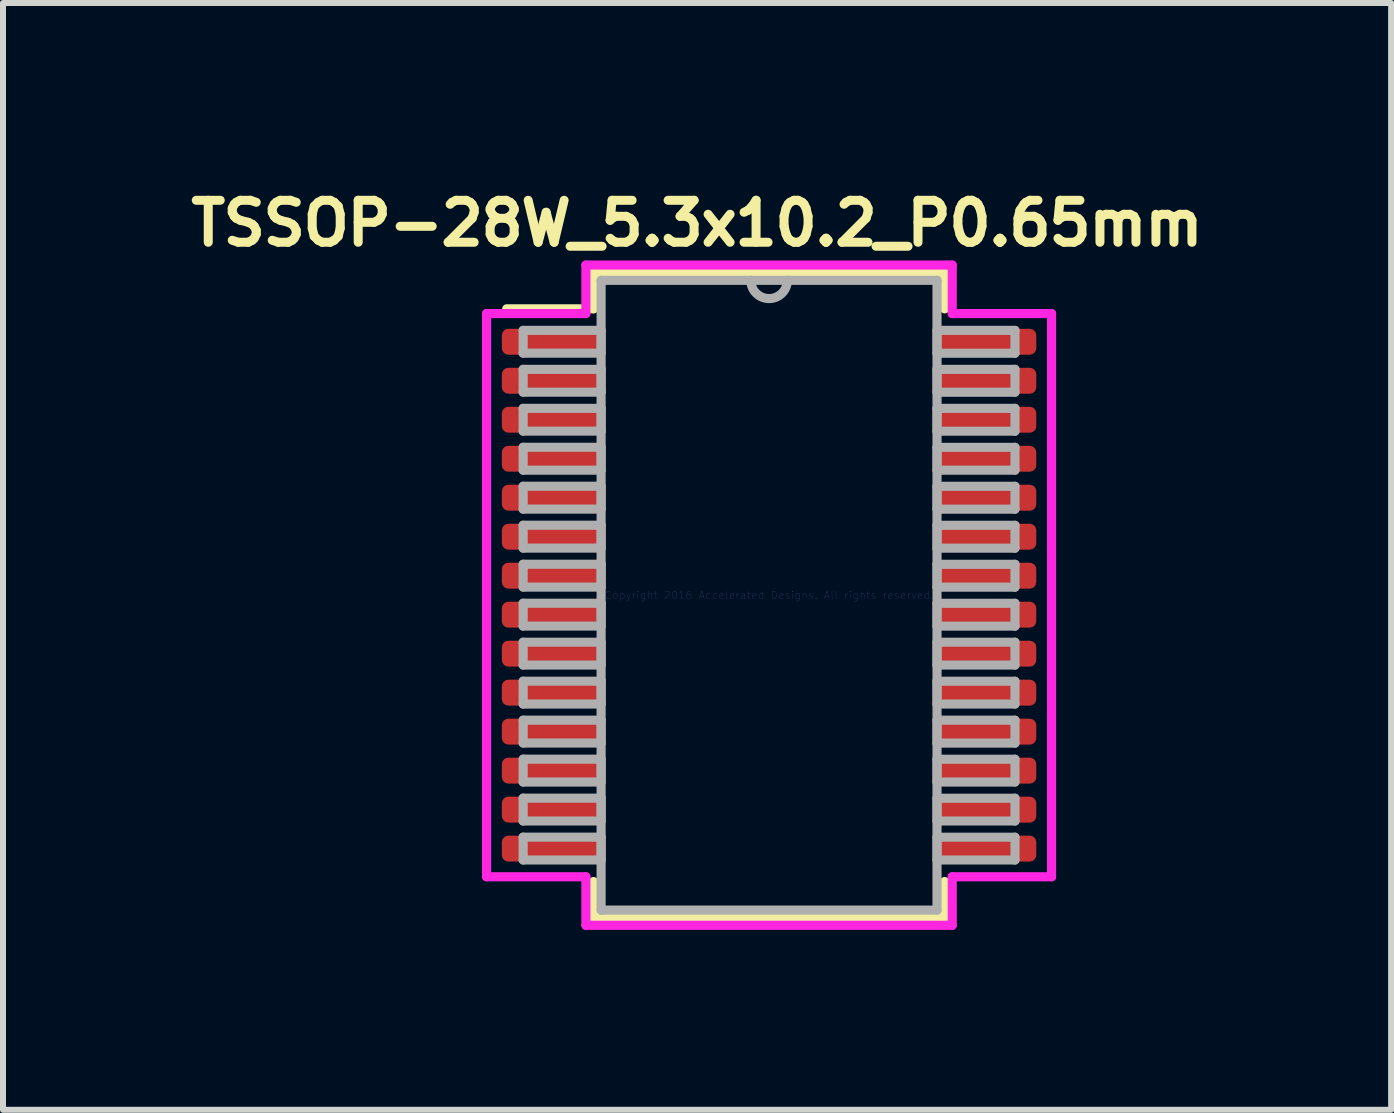
<source format=kicad_pcb>
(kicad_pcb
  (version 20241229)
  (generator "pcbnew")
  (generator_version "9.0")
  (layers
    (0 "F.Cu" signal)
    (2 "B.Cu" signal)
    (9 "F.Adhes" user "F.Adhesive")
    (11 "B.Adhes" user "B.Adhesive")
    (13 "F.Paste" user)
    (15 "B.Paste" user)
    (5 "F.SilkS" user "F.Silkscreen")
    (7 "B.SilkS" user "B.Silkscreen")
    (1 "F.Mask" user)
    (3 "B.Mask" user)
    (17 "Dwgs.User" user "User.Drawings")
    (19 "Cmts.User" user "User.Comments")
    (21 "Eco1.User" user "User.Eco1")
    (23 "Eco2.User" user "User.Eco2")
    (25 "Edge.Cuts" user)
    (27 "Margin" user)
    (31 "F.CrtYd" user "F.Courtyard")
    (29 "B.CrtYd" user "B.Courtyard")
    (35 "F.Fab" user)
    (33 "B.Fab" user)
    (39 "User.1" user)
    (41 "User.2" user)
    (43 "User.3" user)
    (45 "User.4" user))
  (footprint "TSSOP-28W_5.3x10.2_P0.65mm"
    (layer "F.Cu")
    (at 9.772 6.873)
    (property "Reference" "TSSOP-28W_5.3x10.2_P0.65mm" (at -1.2 -6.2 0) (layer "F.SilkS") (effects (font (size 0.7 0.7) (thickness 0.15))))
    (attr through_hole)
    (fp_line (start -2.927 -5.377) (end -2.927 -4.774) (stroke (width 0.152) (type solid)) (layer "F.SilkS"))
    (fp_line (start -2.927 4.774) (end -2.927 5.377) (stroke (width 0.152) (type solid)) (layer "F.SilkS"))
    (fp_line (start -2.927 5.377) (end 2.927 5.377) (stroke (width 0.152) (type solid)) (layer "F.SilkS"))
    (fp_line (start -2.925 -4.775) (end -4.375 -4.775) (stroke (width 0.15) (type solid)) (layer "F.SilkS"))
    (fp_line (start 2.927 -5.377) (end -2.927 -5.377) (stroke (width 0.152) (type solid)) (layer "F.SilkS"))
    (fp_line (start 2.927 -4.774) (end 2.927 -5.377) (stroke (width 0.152) (type solid)) (layer "F.SilkS"))
    (fp_line (start 2.927 5.377) (end 2.927 4.774) (stroke (width 0.152) (type solid)) (layer "F.SilkS"))
    (fp_line (start -4.71 -4.695) (end -3.054 -4.695) (stroke (width 0.152) (type solid)) (layer "F.CrtYd"))
    (fp_line (start -4.71 4.695) (end -4.71 -4.695) (stroke (width 0.152) (type solid)) (layer "F.CrtYd"))
    (fp_line (start -3.054 -5.504) (end 3.054 -5.504) (stroke (width 0.152) (type solid)) (layer "F.CrtYd"))
    (fp_line (start -3.054 -4.695) (end -3.054 -5.504) (stroke (width 0.152) (type solid)) (layer "F.CrtYd"))
    (fp_line (start -3.054 4.695) (end -4.71 4.695) (stroke (width 0.152) (type solid)) (layer "F.CrtYd"))
    (fp_line (start -3.054 5.504) (end -3.054 4.695) (stroke (width 0.152) (type solid)) (layer "F.CrtYd"))
    (fp_line (start 3.054 -5.504) (end 3.054 -4.695) (stroke (width 0.152) (type solid)) (layer "F.CrtYd"))
    (fp_line (start 3.054 -4.695) (end 4.71 -4.695) (stroke (width 0.152) (type solid)) (layer "F.CrtYd"))
    (fp_line (start 3.054 4.695) (end 3.054 5.504) (stroke (width 0.152) (type solid)) (layer "F.CrtYd"))
    (fp_line (start 3.054 5.504) (end -3.054 5.504) (stroke (width 0.152) (type solid)) (layer "F.CrtYd"))
    (fp_line (start 4.71 -4.695) (end 4.71 4.695) (stroke (width 0.152) (type solid)) (layer "F.CrtYd"))
    (fp_line (start 4.71 4.695) (end 3.054 4.695) (stroke (width 0.152) (type solid)) (layer "F.CrtYd"))
    (fp_line (start -4.1 -4.415) (end -4.1 -4.035) (stroke (width 0.152) (type solid)) (layer "F.Fab"))
    (fp_line (start -4.1 -4.035) (end -2.8 -4.035) (stroke (width 0.152) (type solid)) (layer "F.Fab"))
    (fp_line (start -4.1 -3.765) (end -4.1 -3.385) (stroke (width 0.152) (type solid)) (layer "F.Fab"))
    (fp_line (start -4.1 -3.385) (end -2.8 -3.385) (stroke (width 0.152) (type solid)) (layer "F.Fab"))
    (fp_line (start -4.1 -3.115) (end -4.1 -2.735) (stroke (width 0.152) (type solid)) (layer "F.Fab"))
    (fp_line (start -4.1 -2.735) (end -2.8 -2.735) (stroke (width 0.152) (type solid)) (layer "F.Fab"))
    (fp_line (start -4.1 -2.466) (end -4.1 -2.084) (stroke (width 0.152) (type solid)) (layer "F.Fab"))
    (fp_line (start -4.1 -2.084) (end -2.8 -2.084) (stroke (width 0.152) (type solid)) (layer "F.Fab"))
    (fp_line (start -4.1 -1.816) (end -4.1 -1.435) (stroke (width 0.152) (type solid)) (layer "F.Fab"))
    (fp_line (start -4.1 -1.435) (end -2.8 -1.435) (stroke (width 0.152) (type solid)) (layer "F.Fab"))
    (fp_line (start -4.1 -1.166) (end -4.1 -0.785) (stroke (width 0.152) (type solid)) (layer "F.Fab"))
    (fp_line (start -4.1 -0.785) (end -2.8 -0.785) (stroke (width 0.152) (type solid)) (layer "F.Fab"))
    (fp_line (start -4.1 -0.516) (end -4.1 -0.135) (stroke (width 0.152) (type solid)) (layer "F.Fab"))
    (fp_line (start -4.1 -0.135) (end -2.8 -0.135) (stroke (width 0.152) (type solid)) (layer "F.Fab"))
    (fp_line (start -4.1 0.134) (end -4.1 0.515) (stroke (width 0.152) (type solid)) (layer "F.Fab"))
    (fp_line (start -4.1 0.515) (end -2.8 0.515) (stroke (width 0.152) (type solid)) (layer "F.Fab"))
    (fp_line (start -4.1 0.784) (end -4.1 1.165) (stroke (width 0.152) (type solid)) (layer "F.Fab"))
    (fp_line (start -4.1 1.165) (end -2.8 1.165) (stroke (width 0.152) (type solid)) (layer "F.Fab"))
    (fp_line (start -4.1 1.434) (end -4.1 1.815) (stroke (width 0.152) (type solid)) (layer "F.Fab"))
    (fp_line (start -4.1 1.815) (end -2.8 1.815) (stroke (width 0.152) (type solid)) (layer "F.Fab"))
    (fp_line (start -4.1 2.084) (end -4.1 2.465) (stroke (width 0.152) (type solid)) (layer "F.Fab"))
    (fp_line (start -4.1 2.465) (end -2.8 2.465) (stroke (width 0.152) (type solid)) (layer "F.Fab"))
    (fp_line (start -4.1 2.734) (end -4.1 3.115) (stroke (width 0.152) (type solid)) (layer "F.Fab"))
    (fp_line (start -4.1 3.115) (end -2.8 3.115) (stroke (width 0.152) (type solid)) (layer "F.Fab"))
    (fp_line (start -4.1 3.384) (end -4.1 3.765) (stroke (width 0.152) (type solid)) (layer "F.Fab"))
    (fp_line (start -4.1 3.765) (end -2.8 3.765) (stroke (width 0.152) (type solid)) (layer "F.Fab"))
    (fp_line (start -4.1 4.034) (end -4.1 4.415) (stroke (width 0.152) (type solid)) (layer "F.Fab"))
    (fp_line (start -4.1 4.415) (end -2.8 4.415) (stroke (width 0.152) (type solid)) (layer "F.Fab"))
    (fp_line (start -2.8 -5.25) (end -2.8 5.25) (stroke (width 0.152) (type solid)) (layer "F.Fab"))
    (fp_line (start -2.8 -4.415) (end -4.1 -4.415) (stroke (width 0.152) (type solid)) (layer "F.Fab"))
    (fp_line (start -2.8 -4.035) (end -2.8 -4.415) (stroke (width 0.152) (type solid)) (layer "F.Fab"))
    (fp_line (start -2.8 -3.765) (end -4.1 -3.765) (stroke (width 0.152) (type solid)) (layer "F.Fab"))
    (fp_line (start -2.8 -3.385) (end -2.8 -3.765) (stroke (width 0.152) (type solid)) (layer "F.Fab"))
    (fp_line (start -2.8 -3.115) (end -4.1 -3.115) (stroke (width 0.152) (type solid)) (layer "F.Fab"))
    (fp_line (start -2.8 -2.735) (end -2.8 -3.115) (stroke (width 0.152) (type solid)) (layer "F.Fab"))
    (fp_line (start -2.8 -2.466) (end -4.1 -2.466) (stroke (width 0.152) (type solid)) (layer "F.Fab"))
    (fp_line (start -2.8 -2.084) (end -2.8 -2.466) (stroke (width 0.152) (type solid)) (layer "F.Fab"))
    (fp_line (start -2.8 -1.816) (end -4.1 -1.816) (stroke (width 0.152) (type solid)) (layer "F.Fab"))
    (fp_line (start -2.8 -1.435) (end -2.8 -1.816) (stroke (width 0.152) (type solid)) (layer "F.Fab"))
    (fp_line (start -2.8 -1.166) (end -4.1 -1.166) (stroke (width 0.152) (type solid)) (layer "F.Fab"))
    (fp_line (start -2.8 -0.785) (end -2.8 -1.166) (stroke (width 0.152) (type solid)) (layer "F.Fab"))
    (fp_line (start -2.8 -0.516) (end -4.1 -0.516) (stroke (width 0.152) (type solid)) (layer "F.Fab"))
    (fp_line (start -2.8 -0.135) (end -2.8 -0.516) (stroke (width 0.152) (type solid)) (layer "F.Fab"))
    (fp_line (start -2.8 0.134) (end -4.1 0.134) (stroke (width 0.152) (type solid)) (layer "F.Fab"))
    (fp_line (start -2.8 0.515) (end -2.8 0.134) (stroke (width 0.152) (type solid)) (layer "F.Fab"))
    (fp_line (start -2.8 0.784) (end -4.1 0.784) (stroke (width 0.152) (type solid)) (layer "F.Fab"))
    (fp_line (start -2.8 1.165) (end -2.8 0.784) (stroke (width 0.152) (type solid)) (layer "F.Fab"))
    (fp_line (start -2.8 1.434) (end -4.1 1.434) (stroke (width 0.152) (type solid)) (layer "F.Fab"))
    (fp_line (start -2.8 1.815) (end -2.8 1.434) (stroke (width 0.152) (type solid)) (layer "F.Fab"))
    (fp_line (start -2.8 2.084) (end -4.1 2.084) (stroke (width 0.152) (type solid)) (layer "F.Fab"))
    (fp_line (start -2.8 2.465) (end -2.8 2.084) (stroke (width 0.152) (type solid)) (layer "F.Fab"))
    (fp_line (start -2.8 2.734) (end -4.1 2.734) (stroke (width 0.152) (type solid)) (layer "F.Fab"))
    (fp_line (start -2.8 3.115) (end -2.8 2.734) (stroke (width 0.152) (type solid)) (layer "F.Fab"))
    (fp_line (start -2.8 3.384) (end -4.1 3.384) (stroke (width 0.152) (type solid)) (layer "F.Fab"))
    (fp_line (start -2.8 3.765) (end -2.8 3.384) (stroke (width 0.152) (type solid)) (layer "F.Fab"))
    (fp_line (start -2.8 4.034) (end -4.1 4.034) (stroke (width 0.152) (type solid)) (layer "F.Fab"))
    (fp_line (start -2.8 4.415) (end -2.8 4.034) (stroke (width 0.152) (type solid)) (layer "F.Fab"))
    (fp_line (start -2.8 5.25) (end 2.8 5.25) (stroke (width 0.152) (type solid)) (layer "F.Fab"))
    (fp_line (start 2.8 -5.25) (end -2.8 -5.25) (stroke (width 0.152) (type solid)) (layer "F.Fab"))
    (fp_line (start 2.8 -4.415) (end 2.8 -4.034) (stroke (width 0.152) (type solid)) (layer "F.Fab"))
    (fp_line (start 2.8 -4.034) (end 4.1 -4.034) (stroke (width 0.152) (type solid)) (layer "F.Fab"))
    (fp_line (start 2.8 -3.765) (end 2.8 -3.384) (stroke (width 0.152) (type solid)) (layer "F.Fab"))
    (fp_line (start 2.8 -3.384) (end 4.1 -3.384) (stroke (width 0.152) (type solid)) (layer "F.Fab"))
    (fp_line (start 2.8 -3.115) (end 2.8 -2.734) (stroke (width 0.152) (type solid)) (layer "F.Fab"))
    (fp_line (start 2.8 -2.734) (end 4.1 -2.734) (stroke (width 0.152) (type solid)) (layer "F.Fab"))
    (fp_line (start 2.8 -2.465) (end 2.8 -2.084) (stroke (width 0.152) (type solid)) (layer "F.Fab"))
    (fp_line (start 2.8 -2.084) (end 4.1 -2.084) (stroke (width 0.152) (type solid)) (layer "F.Fab"))
    (fp_line (start 2.8 -1.815) (end 2.8 -1.434) (stroke (width 0.152) (type solid)) (layer "F.Fab"))
    (fp_line (start 2.8 -1.434) (end 4.1 -1.434) (stroke (width 0.152) (type solid)) (layer "F.Fab"))
    (fp_line (start 2.8 -1.165) (end 2.8 -0.784) (stroke (width 0.152) (type solid)) (layer "F.Fab"))
    (fp_line (start 2.8 -0.784) (end 4.1 -0.784) (stroke (width 0.152) (type solid)) (layer "F.Fab"))
    (fp_line (start 2.8 -0.515) (end 2.8 -0.134) (stroke (width 0.152) (type solid)) (layer "F.Fab"))
    (fp_line (start 2.8 -0.134) (end 4.1 -0.134) (stroke (width 0.152) (type solid)) (layer "F.Fab"))
    (fp_line (start 2.8 0.135) (end 2.8 0.516) (stroke (width 0.152) (type solid)) (layer "F.Fab"))
    (fp_line (start 2.8 0.516) (end 4.1 0.516) (stroke (width 0.152) (type solid)) (layer "F.Fab"))
    (fp_line (start 2.8 0.784) (end 2.8 1.165) (stroke (width 0.152) (type solid)) (layer "F.Fab"))
    (fp_line (start 2.8 1.165) (end 4.1 1.165) (stroke (width 0.152) (type solid)) (layer "F.Fab"))
    (fp_line (start 2.8 1.435) (end 2.8 1.815) (stroke (width 0.152) (type solid)) (layer "F.Fab"))
    (fp_line (start 2.8 1.815) (end 4.1 1.815) (stroke (width 0.152) (type solid)) (layer "F.Fab"))
    (fp_line (start 2.8 2.084) (end 2.8 2.466) (stroke (width 0.152) (type solid)) (layer "F.Fab"))
    (fp_line (start 2.8 2.466) (end 4.1 2.466) (stroke (width 0.152) (type solid)) (layer "F.Fab"))
    (fp_line (start 2.8 2.735) (end 2.8 3.115) (stroke (width 0.152) (type solid)) (layer "F.Fab"))
    (fp_line (start 2.8 3.115) (end 4.1 3.115) (stroke (width 0.152) (type solid)) (layer "F.Fab"))
    (fp_line (start 2.8 3.385) (end 2.8 3.765) (stroke (width 0.152) (type solid)) (layer "F.Fab"))
    (fp_line (start 2.8 3.765) (end 4.1 3.765) (stroke (width 0.152) (type solid)) (layer "F.Fab"))
    (fp_line (start 2.8 4.035) (end 2.8 4.415) (stroke (width 0.152) (type solid)) (layer "F.Fab"))
    (fp_line (start 2.8 4.415) (end 4.1 4.415) (stroke (width 0.152) (type solid)) (layer "F.Fab"))
    (fp_line (start 2.8 5.25) (end 2.8 -5.25) (stroke (width 0.152) (type solid)) (layer "F.Fab"))
    (fp_line (start 4.1 -4.415) (end 2.8 -4.415) (stroke (width 0.152) (type solid)) (layer "F.Fab"))
    (fp_line (start 4.1 -4.034) (end 4.1 -4.415) (stroke (width 0.152) (type solid)) (layer "F.Fab"))
    (fp_line (start 4.1 -3.765) (end 2.8 -3.765) (stroke (width 0.152) (type solid)) (layer "F.Fab"))
    (fp_line (start 4.1 -3.384) (end 4.1 -3.765) (stroke (width 0.152) (type solid)) (layer "F.Fab"))
    (fp_line (start 4.1 -3.115) (end 2.8 -3.115) (stroke (width 0.152) (type solid)) (layer "F.Fab"))
    (fp_line (start 4.1 -2.734) (end 4.1 -3.115) (stroke (width 0.152) (type solid)) (layer "F.Fab"))
    (fp_line (start 4.1 -2.465) (end 2.8 -2.465) (stroke (width 0.152) (type solid)) (layer "F.Fab"))
    (fp_line (start 4.1 -2.084) (end 4.1 -2.465) (stroke (width 0.152) (type solid)) (layer "F.Fab"))
    (fp_line (start 4.1 -1.815) (end 2.8 -1.815) (stroke (width 0.152) (type solid)) (layer "F.Fab"))
    (fp_line (start 4.1 -1.434) (end 4.1 -1.815) (stroke (width 0.152) (type solid)) (layer "F.Fab"))
    (fp_line (start 4.1 -1.165) (end 2.8 -1.165) (stroke (width 0.152) (type solid)) (layer "F.Fab"))
    (fp_line (start 4.1 -0.784) (end 4.1 -1.165) (stroke (width 0.152) (type solid)) (layer "F.Fab"))
    (fp_line (start 4.1 -0.515) (end 2.8 -0.515) (stroke (width 0.152) (type solid)) (layer "F.Fab"))
    (fp_line (start 4.1 -0.134) (end 4.1 -0.515) (stroke (width 0.152) (type solid)) (layer "F.Fab"))
    (fp_line (start 4.1 0.135) (end 2.8 0.135) (stroke (width 0.152) (type solid)) (layer "F.Fab"))
    (fp_line (start 4.1 0.516) (end 4.1 0.135) (stroke (width 0.152) (type solid)) (layer "F.Fab"))
    (fp_line (start 4.1 0.784) (end 2.8 0.784) (stroke (width 0.152) (type solid)) (layer "F.Fab"))
    (fp_line (start 4.1 1.165) (end 4.1 0.784) (stroke (width 0.152) (type solid)) (layer "F.Fab"))
    (fp_line (start 4.1 1.435) (end 2.8 1.435) (stroke (width 0.152) (type solid)) (layer "F.Fab"))
    (fp_line (start 4.1 1.815) (end 4.1 1.435) (stroke (width 0.152) (type solid)) (layer "F.Fab"))
    (fp_line (start 4.1 2.084) (end 2.8 2.084) (stroke (width 0.152) (type solid)) (layer "F.Fab"))
    (fp_line (start 4.1 2.466) (end 4.1 2.084) (stroke (width 0.152) (type solid)) (layer "F.Fab"))
    (fp_line (start 4.1 2.735) (end 2.8 2.735) (stroke (width 0.152) (type solid)) (layer "F.Fab"))
    (fp_line (start 4.1 3.115) (end 4.1 2.735) (stroke (width 0.152) (type solid)) (layer "F.Fab"))
    (fp_line (start 4.1 3.385) (end 2.8 3.385) (stroke (width 0.152) (type solid)) (layer "F.Fab"))
    (fp_line (start 4.1 3.765) (end 4.1 3.385) (stroke (width 0.152) (type solid)) (layer "F.Fab"))
    (fp_line (start 4.1 4.035) (end 2.8 4.035) (stroke (width 0.152) (type solid)) (layer "F.Fab"))
    (fp_line (start 4.1 4.415) (end 4.1 4.035) (stroke (width 0.152) (type solid)) (layer "F.Fab"))
    (fp_arc (start 0.3048 -5.25) (mid 0 -4.9452) (end -0.3048 -5.25) (stroke (width 0.1524) (type solid)) (layer "F.Fab"))
    (fp_text user "Copyright 2016 Accelerated Designs. All rights reserved." (at 0 0 0) (layer "Cmts.User") (effects (font (size 0.127 0.127) (thickness 0.002))))
    (pad "1" smd roundrect (at -3.617 -4.225) (size 1.676 0.432) (layers "F.Cu" "F.Mask" "F.Paste") (roundrect_rratio 0.25))
    (pad "2" smd roundrect (at -3.617 -3.575) (size 1.676 0.432) (layers "F.Cu" "F.Mask" "F.Paste") (roundrect_rratio 0.25))
    (pad "3" smd roundrect (at -3.617 -2.925) (size 1.676 0.432) (layers "F.Cu" "F.Mask" "F.Paste") (roundrect_rratio 0.25))
    (pad "4" smd roundrect (at -3.617 -2.275) (size 1.676 0.432) (layers "F.Cu" "F.Mask" "F.Paste") (roundrect_rratio 0.25))
    (pad "5" smd roundrect (at -3.617 -1.625) (size 1.676 0.432) (layers "F.Cu" "F.Mask" "F.Paste") (roundrect_rratio 0.25))
    (pad "6" smd roundrect (at -3.617 -0.975) (size 1.676 0.432) (layers "F.Cu" "F.Mask" "F.Paste") (roundrect_rratio 0.25))
    (pad "7" smd roundrect (at -3.617 -0.325) (size 1.676 0.432) (layers "F.Cu" "F.Mask" "F.Paste") (roundrect_rratio 0.25))
    (pad "8" smd roundrect (at -3.617 0.325) (size 1.676 0.432) (layers "F.Cu" "F.Mask" "F.Paste") (roundrect_rratio 0.25))
    (pad "9" smd roundrect (at -3.617 0.975) (size 1.676 0.432) (layers "F.Cu" "F.Mask" "F.Paste") (roundrect_rratio 0.25))
    (pad "10" smd roundrect (at -3.617 1.625) (size 1.676 0.432) (layers "F.Cu" "F.Mask" "F.Paste") (roundrect_rratio 0.25))
    (pad "11" smd roundrect (at -3.617 2.275) (size 1.676 0.432) (layers "F.Cu" "F.Mask" "F.Paste") (roundrect_rratio 0.25))
    (pad "12" smd roundrect (at -3.617 2.925) (size 1.676 0.432) (layers "F.Cu" "F.Mask" "F.Paste") (roundrect_rratio 0.25))
    (pad "13" smd roundrect (at -3.617 3.575) (size 1.676 0.432) (layers "F.Cu" "F.Mask" "F.Paste") (roundrect_rratio 0.25))
    (pad "14" smd roundrect (at -3.617 4.225) (size 1.676 0.432) (layers "F.Cu" "F.Mask" "F.Paste") (roundrect_rratio 0.25))
    (pad "15" smd roundrect (at 3.617 4.225) (size 1.676 0.432) (layers "F.Cu" "F.Mask" "F.Paste") (roundrect_rratio 0.25))
    (pad "16" smd roundrect (at 3.617 3.575) (size 1.676 0.432) (layers "F.Cu" "F.Mask" "F.Paste") (roundrect_rratio 0.25))
    (pad "17" smd roundrect (at 3.617 2.925) (size 1.676 0.432) (layers "F.Cu" "F.Mask" "F.Paste") (roundrect_rratio 0.25))
    (pad "18" smd roundrect (at 3.617 2.275) (size 1.676 0.432) (layers "F.Cu" "F.Mask" "F.Paste") (roundrect_rratio 0.25))
    (pad "19" smd roundrect (at 3.617 1.625) (size 1.676 0.432) (layers "F.Cu" "F.Mask" "F.Paste") (roundrect_rratio 0.25))
    (pad "20" smd roundrect (at 3.617 0.975) (size 1.676 0.432) (layers "F.Cu" "F.Mask" "F.Paste") (roundrect_rratio 0.25))
    (pad "21" smd roundrect (at 3.617 0.325) (size 1.676 0.432) (layers "F.Cu" "F.Mask" "F.Paste") (roundrect_rratio 0.25))
    (pad "22" smd roundrect (at 3.617 -0.325) (size 1.676 0.432) (layers "F.Cu" "F.Mask" "F.Paste") (roundrect_rratio 0.25))
    (pad "23" smd roundrect (at 3.617 -0.975) (size 1.676 0.432) (layers "F.Cu" "F.Mask" "F.Paste") (roundrect_rratio 0.25))
    (pad "24" smd roundrect (at 3.617 -1.625) (size 1.676 0.432) (layers "F.Cu" "F.Mask" "F.Paste") (roundrect_rratio 0.25))
    (pad "25" smd roundrect (at 3.617 -2.275) (size 1.676 0.432) (layers "F.Cu" "F.Mask" "F.Paste") (roundrect_rratio 0.25))
    (pad "26" smd roundrect (at 3.617 -2.925) (size 1.676 0.432) (layers "F.Cu" "F.Mask" "F.Paste") (roundrect_rratio 0.25))
    (pad "27" smd roundrect (at 3.617 -3.575) (size 1.676 0.432) (layers "F.Cu" "F.Mask" "F.Paste") (roundrect_rratio 0.25))
    (pad "28" smd roundrect (at 3.617 -4.225) (size 1.676 0.432) (layers "F.Cu" "F.Mask" "F.Paste") (roundrect_rratio 0.25)))
  (gr_rect
    (start -3 -3)
    (end 20.143 15.453)
    (stroke (width 0.1) (type default))
    (fill no)
    (layer "Edge.Cuts")))
</source>
